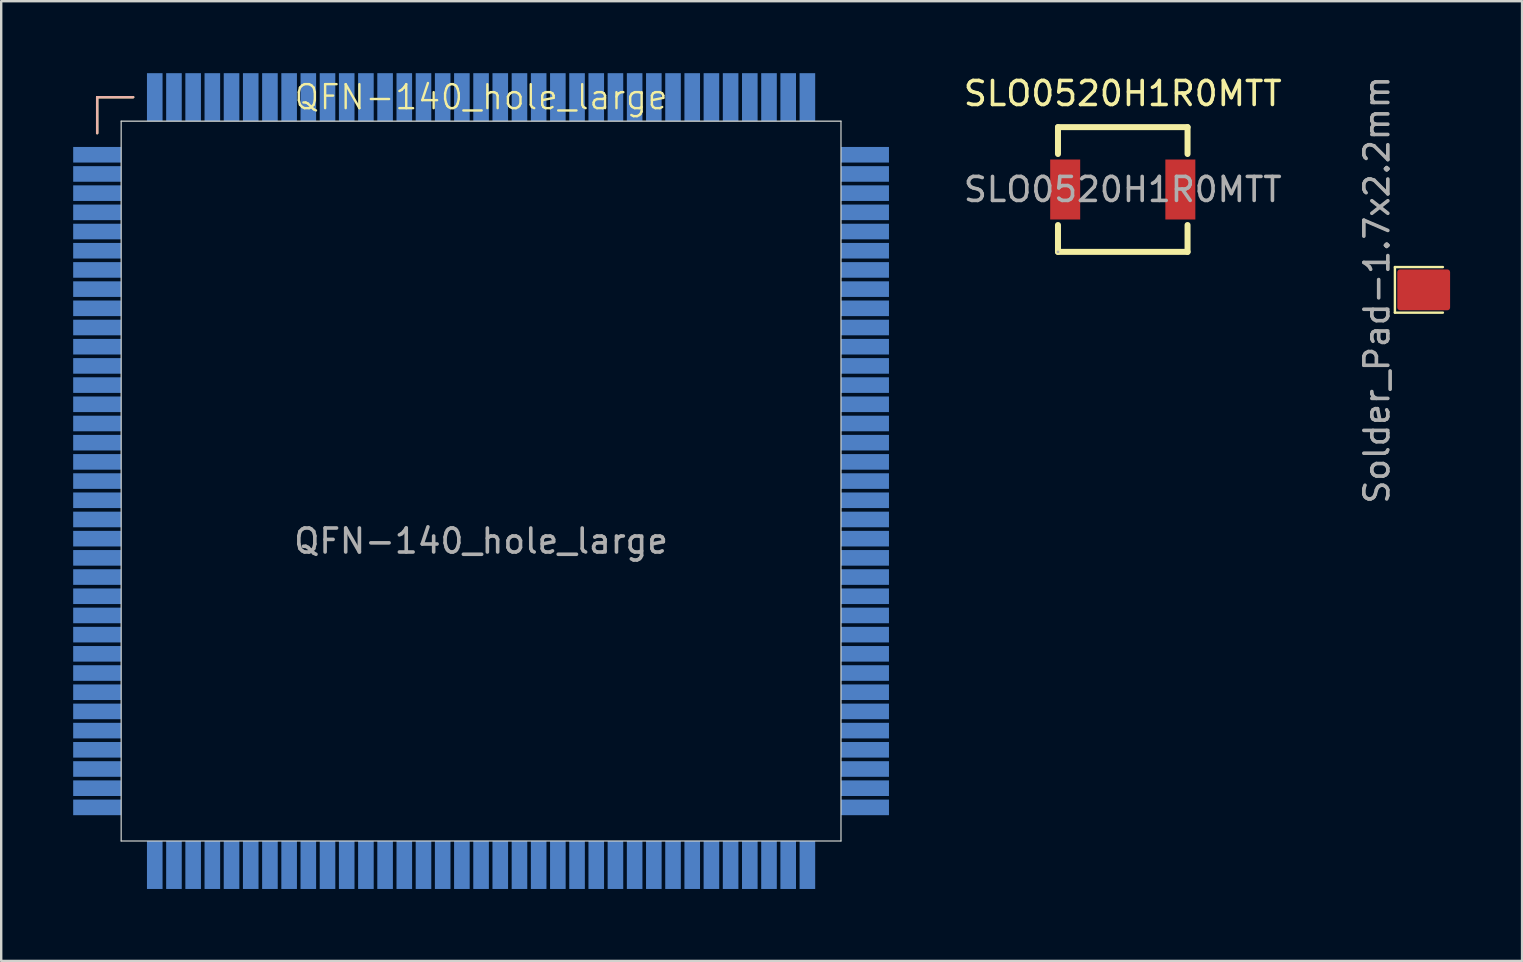
<source format=kicad_pcb>
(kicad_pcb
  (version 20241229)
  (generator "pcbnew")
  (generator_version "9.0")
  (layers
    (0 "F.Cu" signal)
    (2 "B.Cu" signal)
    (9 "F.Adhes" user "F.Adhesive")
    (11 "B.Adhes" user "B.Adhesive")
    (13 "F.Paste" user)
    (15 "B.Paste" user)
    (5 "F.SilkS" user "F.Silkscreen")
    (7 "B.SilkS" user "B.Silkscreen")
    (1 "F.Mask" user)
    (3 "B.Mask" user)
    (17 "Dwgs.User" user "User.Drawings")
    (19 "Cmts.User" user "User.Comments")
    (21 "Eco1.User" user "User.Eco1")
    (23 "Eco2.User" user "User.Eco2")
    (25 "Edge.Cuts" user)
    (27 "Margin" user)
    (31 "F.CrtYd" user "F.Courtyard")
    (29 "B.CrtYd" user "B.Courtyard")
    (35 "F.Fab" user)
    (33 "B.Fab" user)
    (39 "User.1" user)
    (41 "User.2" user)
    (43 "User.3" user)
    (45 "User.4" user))
  (footprint "SLO0520H1R0MTT"
    (layer "F.Cu")
    (at 43.744 4.848)
    (property "Reference" "SLO0520H1R0MTT" (at 0 -4 0) (layer "F.SilkS") (effects (font (size 1 1) (thickness 0.15))))
    (attr smd)
    (fp_line (start -2.7 -2.6) (end -2.7 -1.48) (stroke (width 0.25) (type solid)) (layer "F.SilkS"))
    (fp_line (start -2.7 -2.6) (end 2.7 -2.6) (stroke (width 0.25) (type solid)) (layer "F.SilkS"))
    (fp_line (start -2.7 1.48) (end -2.7 2.6) (stroke (width 0.25) (type solid)) (layer "F.SilkS"))
    (fp_line (start -2.7 2.6) (end 2.7 2.6) (stroke (width 0.25) (type solid)) (layer "F.SilkS"))
    (fp_line (start 2.7 -2.6) (end 2.7 -1.48) (stroke (width 0.25) (type solid)) (layer "F.SilkS"))
    (fp_line (start 2.7 1.48) (end 2.7 2.6) (stroke (width 0.25) (type solid)) (layer "F.SilkS"))
    (fp_circle (center -2.7 2.6) (end -2.67 2.6) (stroke (width 0.06) (type solid)) (fill no) (layer "F.Fab"))
    (fp_text user "${REFERENCE}" (at 0 0 0) (layer "F.Fab") (effects (font (size 1 1) (thickness 0.15))))
    (pad "1" smd rect (at -2.4 0) (size 1.25 2.5) (layers "F.Cu" "F.Mask" "F.Paste"))
    (pad "2" smd rect (at 2.4 0) (size 1.25 2.5) (layers "F.Cu" "F.Mask" "F.Paste")))
  (footprint "QFN-140_hole_large"
    (layer "F.Cu")
    (at 17 17)
    (property "Reference" "QFN-140_hole_large" (at 0 -16 0) (unlocked yes) (layer "F.SilkS") (effects (font (size 1 1) (thickness 0.1))))
    (attr smd)
    (fp_line (start -16 -16) (end -16 -14.5) (stroke (width 0.1) (type default)) (layer "F.SilkS"))
    (fp_line (start -14.5 -16) (end -16 -16) (stroke (width 0.1) (type default)) (layer "F.SilkS"))
    (fp_line (start -16 -16) (end -16 -14.5) (stroke (width 0.1) (type solid)) (layer "B.SilkS"))
    (fp_line (start -14.5 -16) (end -16 -16) (stroke (width 0.1) (type solid)) (layer "B.SilkS"))
    (fp_line (start -15 -15) (end 15 -15) (stroke (width 0.05) (type solid)) (layer "Edge.Cuts"))
    (fp_line (start -15 15) (end -15 -15) (stroke (width 0.05) (type solid)) (layer "Edge.Cuts"))
    (fp_line (start 15 -15) (end 15 15) (stroke (width 0.05) (type solid)) (layer "Edge.Cuts"))
    (fp_line (start 15 15) (end -15 15) (stroke (width 0.05) (type solid)) (layer "Edge.Cuts"))
    (fp_text user "${REFERENCE}" (at 0 2.5 0) (unlocked yes) (layer "F.Fab") (effects (font (size 1 1) (thickness 0.15))))
    (pad "1" smd rect (at -16 -13.6) (size 2 0.65) (layers "B.Cu" "B.Mask" "B.Paste"))
    (pad "2" smd rect (at -16 -12.8) (size 2 0.65) (layers "B.Cu" "B.Mask" "B.Paste"))
    (pad "3" smd rect (at -16 -12) (size 2 0.65) (layers "B.Cu" "B.Mask" "B.Paste"))
    (pad "4" smd rect (at -16 -11.2) (size 2 0.65) (layers "B.Cu" "B.Mask" "B.Paste"))
    (pad "5" smd rect (at -16 -10.4) (size 2 0.65) (layers "B.Cu" "B.Mask" "B.Paste"))
    (pad "6" smd rect (at -16 -9.6) (size 2 0.65) (layers "B.Cu" "B.Mask" "B.Paste"))
    (pad "7" smd rect (at -16 -8.8) (size 2 0.65) (layers "B.Cu" "B.Mask" "B.Paste"))
    (pad "8" smd rect (at -16 -8) (size 2 0.65) (layers "B.Cu" "B.Mask" "B.Paste"))
    (pad "9" smd rect (at -16 -7.2) (size 2 0.65) (layers "B.Cu" "B.Mask" "B.Paste"))
    (pad "10" smd rect (at -16 -6.4) (size 2 0.65) (layers "B.Cu" "B.Mask" "B.Paste"))
    (pad "11" smd rect (at -16 -5.6) (size 2 0.65) (layers "B.Cu" "B.Mask" "B.Paste"))
    (pad "12" smd rect (at -16 -4.8) (size 2 0.65) (layers "B.Cu" "B.Mask" "B.Paste"))
    (pad "13" smd rect (at -16 -4) (size 2 0.65) (layers "B.Cu" "B.Mask" "B.Paste"))
    (pad "14" smd rect (at -16 -3.2) (size 2 0.65) (layers "B.Cu" "B.Mask" "B.Paste"))
    (pad "15" smd rect (at -16 -2.4) (size 2 0.65) (layers "B.Cu" "B.Mask" "B.Paste"))
    (pad "16" smd rect (at -16 -1.6) (size 2 0.65) (layers "B.Cu" "B.Mask" "B.Paste"))
    (pad "17" smd rect (at -16 -0.8) (size 2 0.65) (layers "B.Cu" "B.Mask" "B.Paste"))
    (pad "18" smd rect (at -16 0) (size 2 0.65) (layers "B.Cu" "B.Mask" "B.Paste"))
    (pad "19" smd rect (at -16 0.8) (size 2 0.65) (layers "B.Cu" "B.Mask" "B.Paste"))
    (pad "20" smd rect (at -16 1.6) (size 2 0.65) (layers "B.Cu" "B.Mask" "B.Paste"))
    (pad "21" smd rect (at -16 2.4) (size 2 0.65) (layers "B.Cu" "B.Mask" "B.Paste"))
    (pad "22" smd rect (at -16 3.2) (size 2 0.65) (layers "B.Cu" "B.Mask" "B.Paste"))
    (pad "23" smd rect (at -16 4) (size 2 0.65) (layers "B.Cu" "B.Mask" "B.Paste"))
    (pad "24" smd rect (at -16 4.8) (size 2 0.65) (layers "B.Cu" "B.Mask" "B.Paste"))
    (pad "25" smd rect (at -16 5.6) (size 2 0.65) (layers "B.Cu" "B.Mask" "B.Paste"))
    (pad "26" smd rect (at -16 6.4) (size 2 0.65) (layers "B.Cu" "B.Mask" "B.Paste"))
    (pad "27" smd rect (at -16 7.2) (size 2 0.65) (layers "B.Cu" "B.Mask" "B.Paste"))
    (pad "28" smd rect (at -16 8) (size 2 0.65) (layers "B.Cu" "B.Mask" "B.Paste"))
    (pad "29" smd rect (at -16 8.8) (size 2 0.65) (layers "B.Cu" "B.Mask" "B.Paste"))
    (pad "30" smd rect (at -16 9.6) (size 2 0.65) (layers "B.Cu" "B.Mask" "B.Paste"))
    (pad "31" smd rect (at -16 10.4) (size 2 0.65) (layers "B.Cu" "B.Mask" "B.Paste"))
    (pad "32" smd rect (at -16 11.2) (size 2 0.65) (layers "B.Cu" "B.Mask" "B.Paste"))
    (pad "33" smd rect (at -16 12) (size 2 0.65) (layers "B.Cu" "B.Mask" "B.Paste"))
    (pad "34" smd rect (at -16 12.8) (size 2 0.65) (layers "B.Cu" "B.Mask" "B.Paste"))
    (pad "35" smd rect (at -16 13.6) (size 2 0.65) (layers "B.Cu" "B.Mask" "B.Paste"))
    (pad "36" smd rect (at -13.6 16 90) (size 2 0.65) (layers "B.Cu" "B.Mask" "B.Paste"))
    (pad "37" smd rect (at -12.8 16 90) (size 2 0.65) (layers "B.Cu" "B.Mask" "B.Paste"))
    (pad "38" smd rect (at -12 16 90) (size 2 0.65) (layers "B.Cu" "B.Mask" "B.Paste"))
    (pad "39" smd rect (at -11.2 16 90) (size 2 0.65) (layers "B.Cu" "B.Mask" "B.Paste"))
    (pad "40" smd rect (at -10.4 16 90) (size 2 0.65) (layers "B.Cu" "B.Mask" "B.Paste"))
    (pad "41" smd rect (at -9.6 16 90) (size 2 0.65) (layers "B.Cu" "B.Mask" "B.Paste"))
    (pad "42" smd rect (at -8.8 16 90) (size 2 0.65) (layers "B.Cu" "B.Mask" "B.Paste"))
    (pad "43" smd rect (at -8 16 90) (size 2 0.65) (layers "B.Cu" "B.Mask" "B.Paste"))
    (pad "44" smd rect (at -7.2 16 90) (size 2 0.65) (layers "B.Cu" "B.Mask" "B.Paste"))
    (pad "45" smd rect (at -6.4 16 90) (size 2 0.65) (layers "B.Cu" "B.Mask" "B.Paste"))
    (pad "46" smd rect (at -5.6 16 90) (size 2 0.65) (layers "B.Cu" "B.Mask" "B.Paste"))
    (pad "47" smd rect (at -4.8 16 90) (size 2 0.65) (layers "B.Cu" "B.Mask" "B.Paste"))
    (pad "48" smd rect (at -4 16 90) (size 2 0.65) (layers "B.Cu" "B.Mask" "B.Paste"))
    (pad "49" smd rect (at -3.2 16 90) (size 2 0.65) (layers "B.Cu" "B.Mask" "B.Paste"))
    (pad "50" smd rect (at -2.4 16 90) (size 2 0.65) (layers "B.Cu" "B.Mask" "B.Paste"))
    (pad "51" smd rect (at -1.6 16 90) (size 2 0.65) (layers "B.Cu" "B.Mask" "B.Paste"))
    (pad "52" smd rect (at -0.8 16 90) (size 2 0.65) (layers "B.Cu" "B.Mask" "B.Paste"))
    (pad "53" smd rect (at 0 16 90) (size 2 0.65) (layers "B.Cu" "B.Mask" "B.Paste"))
    (pad "54" smd rect (at 0.8 16 90) (size 2 0.65) (layers "B.Cu" "B.Mask" "B.Paste"))
    (pad "55" smd rect (at 1.6 16 90) (size 2 0.65) (layers "B.Cu" "B.Mask" "B.Paste"))
    (pad "56" smd rect (at 2.4 16 90) (size 2 0.65) (layers "B.Cu" "B.Mask" "B.Paste"))
    (pad "57" smd rect (at 3.2 16 90) (size 2 0.65) (layers "B.Cu" "B.Mask" "B.Paste"))
    (pad "58" smd rect (at 4 16 90) (size 2 0.65) (layers "B.Cu" "B.Mask" "B.Paste"))
    (pad "59" smd rect (at 4.8 16 90) (size 2 0.65) (layers "B.Cu" "B.Mask" "B.Paste"))
    (pad "60" smd rect (at 5.6 16 90) (size 2 0.65) (layers "B.Cu" "B.Mask" "B.Paste"))
    (pad "61" smd rect (at 6.4 16 90) (size 2 0.65) (layers "B.Cu" "B.Mask" "B.Paste"))
    (pad "62" smd rect (at 7.2 16 90) (size 2 0.65) (layers "B.Cu" "B.Mask" "B.Paste"))
    (pad "63" smd rect (at 8 16 90) (size 2 0.65) (layers "B.Cu" "B.Mask" "B.Paste"))
    (pad "64" smd rect (at 8.8 16 90) (size 2 0.65) (layers "B.Cu" "B.Mask" "B.Paste"))
    (pad "65" smd rect (at 9.6 16 90) (size 2 0.65) (layers "B.Cu" "B.Mask" "B.Paste"))
    (pad "66" smd rect (at 10.4 16 90) (size 2 0.65) (layers "B.Cu" "B.Mask" "B.Paste"))
    (pad "67" smd rect (at 11.2 16 90) (size 2 0.65) (layers "B.Cu" "B.Mask" "B.Paste"))
    (pad "68" smd rect (at 12 16 90) (size 2 0.65) (layers "B.Cu" "B.Mask" "B.Paste"))
    (pad "69" smd rect (at 12.8 16 90) (size 2 0.65) (layers "B.Cu" "B.Mask" "B.Paste"))
    (pad "70" smd rect (at 13.6 16 90) (size 2 0.65) (layers "B.Cu" "B.Mask" "B.Paste"))
    (pad "71" smd rect (at 16 13.6) (size 2 0.65) (layers "B.Cu" "B.Mask" "B.Paste"))
    (pad "72" smd rect (at 16 12.8) (size 2 0.65) (layers "B.Cu" "B.Mask" "B.Paste"))
    (pad "73" smd rect (at 16 12) (size 2 0.65) (layers "B.Cu" "B.Mask" "B.Paste"))
    (pad "74" smd rect (at 16 11.2) (size 2 0.65) (layers "B.Cu" "B.Mask" "B.Paste"))
    (pad "75" smd rect (at 16 10.4) (size 2 0.65) (layers "B.Cu" "B.Mask" "B.Paste"))
    (pad "76" smd rect (at 16 9.6) (size 2 0.65) (layers "B.Cu" "B.Mask" "B.Paste"))
    (pad "77" smd rect (at 16 8.8) (size 2 0.65) (layers "B.Cu" "B.Mask" "B.Paste"))
    (pad "78" smd rect (at 16 8) (size 2 0.65) (layers "B.Cu" "B.Mask" "B.Paste"))
    (pad "79" smd rect (at 16 7.2) (size 2 0.65) (layers "B.Cu" "B.Mask" "B.Paste"))
    (pad "80" smd rect (at 16 6.4) (size 2 0.65) (layers "B.Cu" "B.Mask" "B.Paste"))
    (pad "81" smd rect (at 16 5.6) (size 2 0.65) (layers "B.Cu" "B.Mask" "B.Paste"))
    (pad "82" smd rect (at 16 4.8) (size 2 0.65) (layers "B.Cu" "B.Mask" "B.Paste"))
    (pad "83" smd rect (at 16 4) (size 2 0.65) (layers "B.Cu" "B.Mask" "B.Paste"))
    (pad "84" smd rect (at 16 3.2) (size 2 0.65) (layers "B.Cu" "B.Mask" "B.Paste"))
    (pad "85" smd rect (at 16 2.4) (size 2 0.65) (layers "B.Cu" "B.Mask" "B.Paste"))
    (pad "86" smd rect (at 16 1.6) (size 2 0.65) (layers "B.Cu" "B.Mask" "B.Paste"))
    (pad "87" smd rect (at 16 0.8) (size 2 0.65) (layers "B.Cu" "B.Mask" "B.Paste"))
    (pad "88" smd rect (at 16 0) (size 2 0.65) (layers "B.Cu" "B.Mask" "B.Paste"))
    (pad "89" smd rect (at 16 -0.8) (size 2 0.65) (layers "B.Cu" "B.Mask" "B.Paste"))
    (pad "90" smd rect (at 16 -1.6) (size 2 0.65) (layers "B.Cu" "B.Mask" "B.Paste"))
    (pad "91" smd rect (at 16 -2.4) (size 2 0.65) (layers "B.Cu" "B.Mask" "B.Paste"))
    (pad "92" smd rect (at 16 -3.2) (size 2 0.65) (layers "B.Cu" "B.Mask" "B.Paste"))
    (pad "93" smd rect (at 16 -4) (size 2 0.65) (layers "B.Cu" "B.Mask" "B.Paste"))
    (pad "94" smd rect (at 16 -4.8) (size 2 0.65) (layers "B.Cu" "B.Mask" "B.Paste"))
    (pad "95" smd rect (at 16 -5.6) (size 2 0.65) (layers "B.Cu" "B.Mask" "B.Paste"))
    (pad "96" smd rect (at 16 -6.4) (size 2 0.65) (layers "B.Cu" "B.Mask" "B.Paste"))
    (pad "97" smd rect (at 16 -7.2) (size 2 0.65) (layers "B.Cu" "B.Mask" "B.Paste"))
    (pad "98" smd rect (at 16 -8) (size 2 0.65) (layers "B.Cu" "B.Mask" "B.Paste"))
    (pad "99" smd rect (at 16 -8.8) (size 2 0.65) (layers "B.Cu" "B.Mask" "B.Paste"))
    (pad "100" smd rect (at 16 -9.6) (size 2 0.65) (layers "B.Cu" "B.Mask" "B.Paste"))
    (pad "101" smd rect (at 16 -10.4) (size 2 0.65) (layers "B.Cu" "B.Mask" "B.Paste"))
    (pad "102" smd rect (at 16 -11.2) (size 2 0.65) (layers "B.Cu" "B.Mask" "B.Paste"))
    (pad "103" smd rect (at 16 -12) (size 2 0.65) (layers "B.Cu" "B.Mask" "B.Paste"))
    (pad "104" smd rect (at 16 -12.8) (size 2 0.65) (layers "B.Cu" "B.Mask" "B.Paste"))
    (pad "105" smd rect (at 16 -13.6) (size 2 0.65) (layers "B.Cu" "B.Mask" "B.Paste"))
    (pad "106" smd rect (at 13.6 -16 90) (size 2 0.65) (layers "B.Cu" "B.Mask" "B.Paste"))
    (pad "107" smd rect (at 12.8 -16 90) (size 2 0.65) (layers "B.Cu" "B.Mask" "B.Paste"))
    (pad "108" smd rect (at 12 -16 90) (size 2 0.65) (layers "B.Cu" "B.Mask" "B.Paste"))
    (pad "109" smd rect (at 11.2 -16 90) (size 2 0.65) (layers "B.Cu" "B.Mask" "B.Paste"))
    (pad "110" smd rect (at 10.4 -16 90) (size 2 0.65) (layers "B.Cu" "B.Mask" "B.Paste"))
    (pad "111" smd rect (at 9.6 -16 90) (size 2 0.65) (layers "B.Cu" "B.Mask" "B.Paste"))
    (pad "112" smd rect (at 8.8 -16 90) (size 2 0.65) (layers "B.Cu" "B.Mask" "B.Paste"))
    (pad "113" smd rect (at 8 -16 90) (size 2 0.65) (layers "B.Cu" "B.Mask" "B.Paste"))
    (pad "114" smd rect (at 7.2 -16 90) (size 2 0.65) (layers "B.Cu" "B.Mask" "B.Paste"))
    (pad "115" smd rect (at 6.4 -16 90) (size 2 0.65) (layers "B.Cu" "B.Mask" "B.Paste"))
    (pad "116" smd rect (at 5.6 -16 90) (size 2 0.65) (layers "B.Cu" "B.Mask" "B.Paste"))
    (pad "117" smd rect (at 4.8 -16 90) (size 2 0.65) (layers "B.Cu" "B.Mask" "B.Paste"))
    (pad "118" smd rect (at 4 -16 90) (size 2 0.65) (layers "B.Cu" "B.Mask" "B.Paste"))
    (pad "119" smd rect (at 3.2 -16 90) (size 2 0.65) (layers "B.Cu" "B.Mask" "B.Paste"))
    (pad "120" smd rect (at 2.4 -16 90) (size 2 0.65) (layers "B.Cu" "B.Mask" "B.Paste"))
    (pad "121" smd rect (at 1.6 -16 90) (size 2 0.65) (layers "B.Cu" "B.Mask" "B.Paste"))
    (pad "122" smd rect (at 0.8 -16 90) (size 2 0.65) (layers "B.Cu" "B.Mask" "B.Paste"))
    (pad "123" smd rect (at 0 -16 90) (size 2 0.65) (layers "B.Cu" "B.Mask" "B.Paste"))
    (pad "124" smd rect (at -0.8 -16 90) (size 2 0.65) (layers "B.Cu" "B.Mask" "B.Paste"))
    (pad "125" smd rect (at -1.6 -16 90) (size 2 0.65) (layers "B.Cu" "B.Mask" "B.Paste"))
    (pad "126" smd rect (at -2.4 -16 90) (size 2 0.65) (layers "B.Cu" "B.Mask" "B.Paste"))
    (pad "127" smd rect (at -3.2 -16 90) (size 2 0.65) (layers "B.Cu" "B.Mask" "B.Paste"))
    (pad "128" smd rect (at -4 -16 90) (size 2 0.65) (layers "B.Cu" "B.Mask" "B.Paste"))
    (pad "129" smd rect (at -4.8 -16 90) (size 2 0.65) (layers "B.Cu" "B.Mask" "B.Paste"))
    (pad "130" smd rect (at -5.6 -16 90) (size 2 0.65) (layers "B.Cu" "B.Mask" "B.Paste"))
    (pad "131" smd rect (at -6.4 -16 90) (size 2 0.65) (layers "B.Cu" "B.Mask" "B.Paste"))
    (pad "132" smd rect (at -7.2 -16 90) (size 2 0.65) (layers "B.Cu" "B.Mask" "B.Paste"))
    (pad "133" smd rect (at -8 -16 90) (size 2 0.65) (layers "B.Cu" "B.Mask" "B.Paste"))
    (pad "134" smd rect (at -8.8 -16 90) (size 2 0.65) (layers "B.Cu" "B.Mask" "B.Paste"))
    (pad "135" smd rect (at -9.6 -16 90) (size 2 0.65) (layers "B.Cu" "B.Mask" "B.Paste"))
    (pad "136" smd rect (at -10.4 -16 90) (size 2 0.65) (layers "B.Cu" "B.Mask" "B.Paste"))
    (pad "137" smd rect (at -11.2 -16 90) (size 2 0.65) (layers "B.Cu" "B.Mask" "B.Paste"))
    (pad "138" smd rect (at -12 -16 90) (size 2 0.65) (layers "B.Cu" "B.Mask" "B.Paste"))
    (pad "139" smd rect (at -12.8 -16 90) (size 2 0.65) (layers "B.Cu" "B.Mask" "B.Paste"))
    (pad "140" smd rect (at -13.6 -16 90) (size 2 0.65) (layers "B.Cu" "B.Mask" "B.Paste")))
  (footprint "Solder_Pad-1.7x2.2mm"
    (layer "F.Cu")
    (at 56.236 9.03)
    (property "Reference" "Solder_Pad-1.7x2.2mm" (at -1.9 0 90) (unlocked yes) (layer "F.SilkS") (effects (font (size 1 1) (thickness 0.1))))
    (attr smd exclude_from_pos_files exclude_from_bom)
    (fp_line (start -1.15 -0.95) (end -1.15 0.95) (stroke (width 0.1) (type default)) (layer "F.SilkS"))
    (fp_line (start -1.15 0.95) (end 0.85 0.95) (stroke (width 0.1) (type default)) (layer "F.SilkS"))
    (fp_line (start 0.85 -0.95) (end -1.15 -0.95) (stroke (width 0.1) (type default)) (layer "F.SilkS"))
    (fp_text user "${REFERENCE}" (at -1.9 0 90) (unlocked yes) (layer "F.Fab") (effects (font (size 1 1) (thickness 0.15))))
    (pad "1" smd roundrect (at 0.05 0 270) (size 1.7 2.2) (layers "F.Cu" "F.Mask") (roundrect_rratio 0.067)))
  (gr_rect
    (start -3 -3)
    (end 60.386 37)
    (stroke (width 0.1) (type default))
    (fill no)
    (layer "Edge.Cuts")))
</source>
